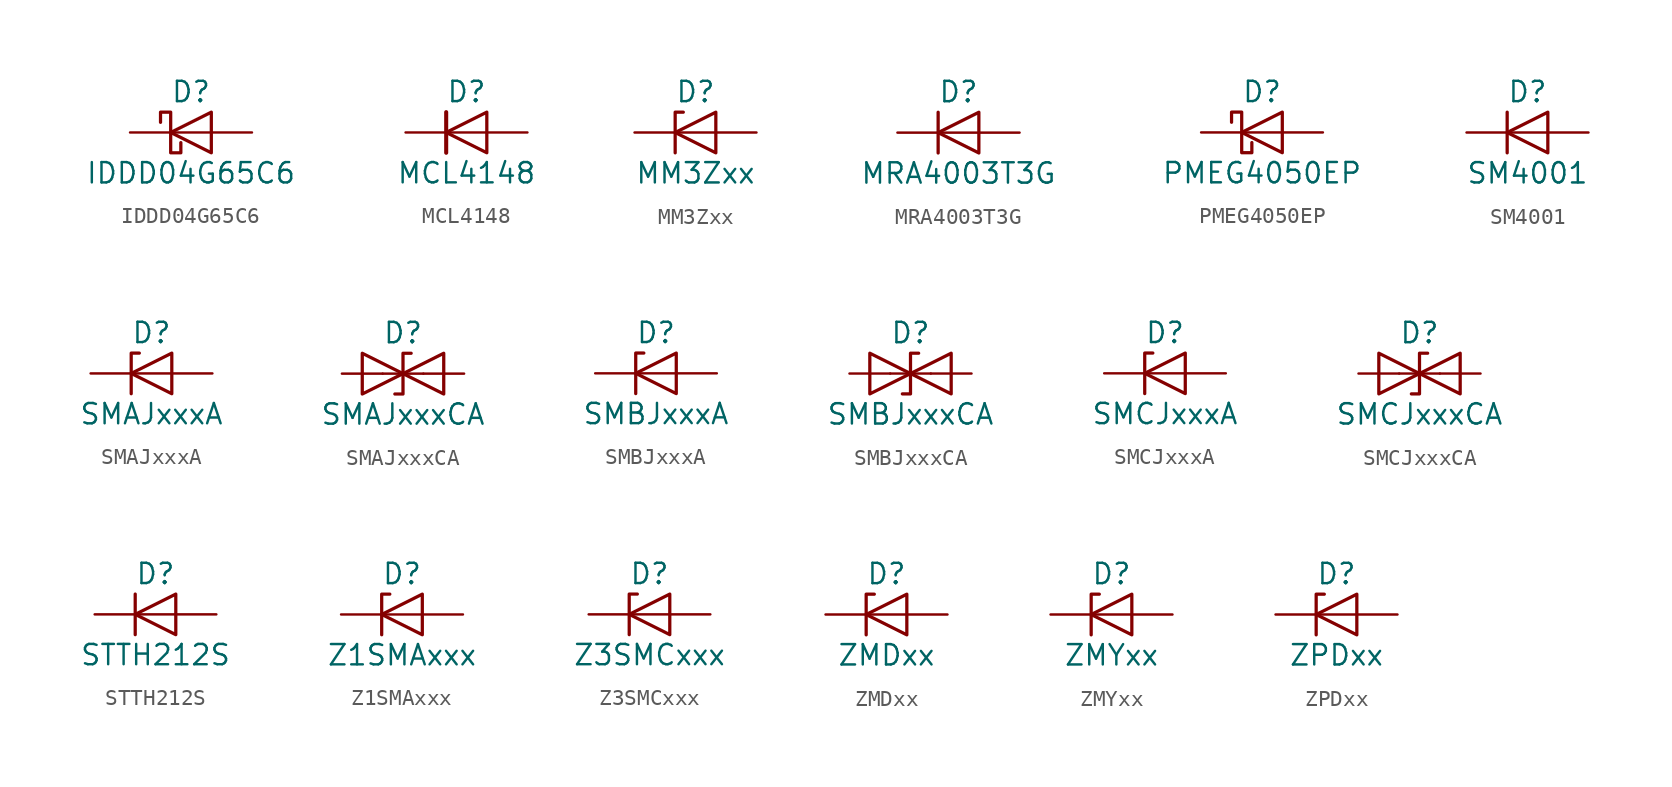
<source format=kicad_sym>
(kicad_symbol_lib
  (version 20211014)
  (generator kicad_symbol_editor)
  (symbol "IDDD04G65C6"
    (pin_numbers hide)
    (pin_names
      (offset 1.016) hide)
    (property "Reference" "D"
      (at 0 2.54 0)
      (effects (font (size 1.27 1.27))))
    (property "Value" "IDDD04G65C6"
      (at 0 -2.54 0)
      (effects (font (size 1.27 1.27))))
    (symbol "IDDD04G65C6_0_1"
      (polyline (pts (xy 1.27 0) (xy -1.27 0)) (stroke (width 0) (type default) (color 0 0 0 0)) (fill (type none)))
      (polyline (pts (xy 1.27 1.27) (xy 1.27 -1.27) (xy -1.27 0) (xy 1.27 1.27)) (stroke (width 0.203) (type default) (color 0 0 0 0)) (fill (type none)))
      (polyline (pts (xy -1.905 0.635) (xy -1.905 1.27) (xy -1.27 1.27) (xy -1.27 -1.27) (xy -0.635 -1.27) (xy -0.635 -0.635)) (stroke (width 0.203) (type default) (color 0 0 0 0)) (fill (type none))))
    (symbol "IDDD04G65C6_1_1"
      (pin no_connect line (at -2.54 0 0) (length 2.54) hide (name "NC" (effects (font (size 1.27 1.27)))) (number "1" (effects (font (size 1.27 1.27)))))
      (pin passive line (at -3.81 0 0) (length 2.54) hide (name "K" (effects (font (size 1.27 1.27)))) (number "10" (effects (font (size 1.27 1.27)))))
      (pin no_connect line (at 2.54 0 180) (length 2.54) hide (name "NC" (effects (font (size 1.27 1.27)))) (number "2" (effects (font (size 1.27 1.27)))))
      (pin passive line (at 3.81 0 180) (length 2.54) (name "A" (effects (font (size 1.27 1.27)))) (number "3" (effects (font (size 1.27 1.27)))))
      (pin passive line (at 3.81 0 180) (length 2.54) hide (name "A" (effects (font (size 1.27 1.27)))) (number "4" (effects (font (size 1.27 1.27)))))
      (pin passive line (at 3.81 0 180) (length 2.54) hide (name "A" (effects (font (size 1.27 1.27)))) (number "5" (effects (font (size 1.27 1.27)))))
      (pin passive line (at -3.81 0 0) (length 2.54) (name "K" (effects (font (size 1.27 1.27)))) (number "6" (effects (font (size 1.27 1.27)))))
      (pin passive line (at -3.81 0 0) (length 2.54) hide (name "K" (effects (font (size 1.27 1.27)))) (number "7" (effects (font (size 1.27 1.27)))))
      (pin passive line (at -3.81 0 0) (length 2.54) hide (name "K" (effects (font (size 1.27 1.27)))) (number "8" (effects (font (size 1.27 1.27)))))
      (pin passive line (at -3.81 0 0) (length 2.54) hide (name "K" (effects (font (size 1.27 1.27)))) (number "9" (effects (font (size 1.27 1.27)))))))
  (symbol "MCL4148"
    (pin_numbers hide)
    (pin_names hide)
    (property "Reference" "D"
      (at 0 2.54 0)
      (effects (font (size 1.27 1.27))))
    (property "Value" "MCL4148"
      (at 0 -2.54 0)
      (effects (font (size 1.27 1.27))))
    (symbol "MCL4148_0_1"
      (polyline (pts (xy -1.27 1.27) (xy -1.27 -1.27)) (stroke (width 0.254) (type default) (color 0 0 0 0)) (fill (type none)))
      (polyline (pts (xy 1.27 0) (xy -1.27 0)) (stroke (width 0) (type default) (color 0 0 0 0)) (fill (type none)))
      (polyline (pts (xy 1.27 1.27) (xy 1.27 -1.27) (xy -1.27 0) (xy 1.27 1.27)) (stroke (width 0.203) (type default) (color 0 0 0 0)) (fill (type none))))
    (symbol "MCL4148_1_1"
      (pin passive line (at -3.81 0 0) (length 2.54) (name "K" (effects (font (size 1.27 1.27)))) (number "1" (effects (font (size 1.27 1.27)))))
      (pin passive line (at 3.81 0 180) (length 2.54) (name "A" (effects (font (size 1.27 1.27)))) (number "2" (effects (font (size 1.27 1.27)))))))
  (symbol "MM3Zxx"
    (pin_numbers hide)
    (pin_names
      (offset 1.016) hide)
    (property "Reference" "D"
      (at 0 2.54 0)
      (effects (font (size 1.27 1.27))))
    (property "Value" "MM3Zxx"
      (at 0 -2.54 0)
      (effects (font (size 1.27 1.27))))
    (symbol "MM3Zxx_0_1"
      (polyline (pts (xy 1.27 0) (xy -1.27 0)) (stroke (width 0) (type default) (color 0 0 0 0)) (fill (type none)))
      (polyline (pts (xy -1.27 -1.27) (xy -1.27 1.27) (xy -0.762 1.27)) (stroke (width 0.203) (type default) (color 0 0 0 0)) (fill (type none)))
      (polyline (pts (xy 1.27 -1.27) (xy 1.27 1.27) (xy -1.27 0) (xy 1.27 -1.27)) (stroke (width 0.203) (type default) (color 0 0 0 0)) (fill (type none))))
    (symbol "MM3Zxx_1_1"
      (pin passive line (at -3.81 0 0) (length 2.54) (name "K" (effects (font (size 1.27 1.27)))) (number "1" (effects (font (size 1.27 1.27)))))
      (pin passive line (at 3.81 0 180) (length 2.54) (name "A" (effects (font (size 1.27 1.27)))) (number "2" (effects (font (size 1.27 1.27)))))))
  (symbol "MRA4003T3G"
    (pin_numbers hide)
    (pin_names
      (offset 1.016) hide)
    (property "Reference" "D"
      (at 0 2.54 0)
      (effects (font (size 1.27 1.27))))
    (property "Value" "MRA4003T3G"
      (at 0 -2.54 0)
      (effects (font (size 1.27 1.27))))
    (symbol "MRA4003T3G_0_1"
      (polyline (pts (xy -1.27 1.27) (xy -1.27 -1.27)) (stroke (width 0.203) (type default) (color 0 0 0 0)) (fill (type none)))
      (polyline (pts (xy 1.27 0) (xy -1.27 0)) (stroke (width 0) (type default) (color 0 0 0 0)) (fill (type none)))
      (polyline (pts (xy 1.27 1.27) (xy 1.27 -1.27) (xy -1.27 0) (xy 1.27 1.27)) (stroke (width 0.203) (type default) (color 0 0 0 0)) (fill (type none))))
    (symbol "MRA4003T3G_1_1"
      (pin passive line (at -3.81 0 0) (length 2.54) (name "K" (effects (font (size 1.27 1.27)))) (number "1" (effects (font (size 1.27 1.27)))))
      (pin passive line (at 3.81 0 180) (length 2.54) (name "A" (effects (font (size 1.27 1.27)))) (number "2" (effects (font (size 1.27 1.27)))))))
  (symbol "PMEG4050EP"
    (pin_numbers hide)
    (pin_names hide)
    (property "Reference" "D"
      (at 0 2.54 0)
      (effects (font (size 1.27 1.27))))
    (property "Value" "PMEG4050EP"
      (at 0 -2.54 0)
      (effects (font (size 1.27 1.27))))
    (symbol "PMEG4050EP_0_1"
      (polyline (pts (xy 1.27 0) (xy -1.27 0)) (stroke (width 0) (type default) (color 0 0 0 0)) (fill (type none)))
      (polyline (pts (xy 1.27 1.27) (xy 1.27 -1.27) (xy -1.27 0) (xy 1.27 1.27)) (stroke (width 0.203) (type default) (color 0 0 0 0)) (fill (type none)))
      (polyline (pts (xy -1.905 0.635) (xy -1.905 1.27) (xy -1.27 1.27) (xy -1.27 -1.27) (xy -0.635 -1.27) (xy -0.635 -0.635)) (stroke (width 0.203) (type default) (color 0 0 0 0)) (fill (type none))))
    (symbol "PMEG4050EP_1_1"
      (pin passive line (at -3.81 0 0) (length 2.54) (name "K" (effects (font (size 1.27 1.27)))) (number "1" (effects (font (size 1.27 1.27)))))
      (pin passive line (at 3.81 0 180) (length 2.54) (name "A" (effects (font (size 1.27 1.27)))) (number "2" (effects (font (size 1.27 1.27)))))))
  (symbol "SM4001"
    (pin_numbers hide)
    (pin_names
      (offset 1.016) hide)
    (property "Reference" "D"
      (at 0 2.54 0)
      (effects (font (size 1.27 1.27))))
    (property "Value" "SM4001"
      (at 0 -2.54 0)
      (effects (font (size 1.27 1.27))))
    (symbol "SM4001_0_1"
      (polyline (pts (xy -1.27 1.27) (xy -1.27 -1.27)) (stroke (width 0.203) (type default) (color 0 0 0 0)) (fill (type none)))
      (polyline (pts (xy 1.27 0) (xy -1.27 0)) (stroke (width 0) (type default) (color 0 0 0 0)) (fill (type none)))
      (polyline (pts (xy 1.27 1.27) (xy 1.27 -1.27) (xy -1.27 0) (xy 1.27 1.27)) (stroke (width 0.203) (type default) (color 0 0 0 0)) (fill (type none))))
    (symbol "SM4001_1_1"
      (pin passive line (at -3.81 0 0) (length 2.54) (name "K" (effects (font (size 1.27 1.27)))) (number "1" (effects (font (size 1.27 1.27)))))
      (pin passive line (at 3.81 0 180) (length 2.54) (name "A" (effects (font (size 1.27 1.27)))) (number "2" (effects (font (size 1.27 1.27)))))))
  (symbol "SMAJxxxA"
    (pin_numbers hide)
    (pin_names
      (offset 1.016) hide)
    (property "Reference" "D"
      (at 0 2.54 0)
      (effects (font (size 1.27 1.27))))
    (property "Value" "SMAJxxxA"
      (at 0 -2.54 0)
      (effects (font (size 1.27 1.27))))
    (symbol "SMAJxxxA_0_1"
      (polyline (pts (xy 1.27 0) (xy -1.27 0)) (stroke (width 0) (type default) (color 0 0 0 0)) (fill (type none)))
      (polyline (pts (xy -1.27 -1.27) (xy -1.27 1.27) (xy -0.762 1.27)) (stroke (width 0.203) (type default) (color 0 0 0 0)) (fill (type none)))
      (polyline (pts (xy 1.27 -1.27) (xy 1.27 1.27) (xy -1.27 0) (xy 1.27 -1.27)) (stroke (width 0.203) (type default) (color 0 0 0 0)) (fill (type none))))
    (symbol "SMAJxxxA_1_1"
      (pin passive line (at -3.81 0 0) (length 2.54) (name "K" (effects (font (size 1.27 1.27)))) (number "1" (effects (font (size 1.27 1.27)))))
      (pin passive line (at 3.81 0 180) (length 2.54) (name "A" (effects (font (size 1.27 1.27)))) (number "2" (effects (font (size 1.27 1.27)))))))
  (symbol "SMAJxxxCA"
    (pin_numbers hide)
    (pin_names
      (offset 1.016) hide)
    (property "Reference" "D"
      (at 0 2.54 0)
      (effects (font (size 1.27 1.27))))
    (property "Value" "SMAJxxxCA"
      (at 0 -2.54 0)
      (effects (font (size 1.27 1.27))))
    (symbol "SMAJxxxCA_0_1"
      (polyline (pts (xy 1.27 0) (xy -1.27 0)) (stroke (width 0) (type default) (color 0 0 0 0)) (fill (type none)))
      (polyline (pts (xy -2.54 -1.27) (xy 0 0) (xy -2.54 1.27) (xy -2.54 -1.27)) (stroke (width 0.203) (type default) (color 0 0 0 0)) (fill (type none)))
      (polyline (pts (xy 0.508 1.27) (xy 0 1.27) (xy 0 -1.27) (xy -0.508 -1.27)) (stroke (width 0.203) (type default) (color 0 0 0 0)) (fill (type none)))
      (polyline (pts (xy 2.54 1.27) (xy 2.54 -1.27) (xy 0 0) (xy 2.54 1.27)) (stroke (width 0.203) (type default) (color 0 0 0 0)) (fill (type none))))
    (symbol "SMAJxxxCA_1_1"
      (pin passive line (at -3.81 0 0) (length 2.54) (name "A1" (effects (font (size 1.27 1.27)))) (number "1" (effects (font (size 1.27 1.27)))))
      (pin passive line (at 3.81 0 180) (length 2.54) (name "A2" (effects (font (size 1.27 1.27)))) (number "2" (effects (font (size 1.27 1.27)))))))
  (symbol "SMBJxxxA"
    (pin_numbers hide)
    (pin_names
      (offset 1.016) hide)
    (property "Reference" "D"
      (at 0 2.54 0)
      (effects (font (size 1.27 1.27))))
    (property "Value" "SMBJxxxA"
      (at 0 -2.54 0)
      (effects (font (size 1.27 1.27))))
    (symbol "SMBJxxxA_0_1"
      (polyline (pts (xy 1.27 0) (xy -1.27 0)) (stroke (width 0) (type default) (color 0 0 0 0)) (fill (type none)))
      (polyline (pts (xy -1.27 -1.27) (xy -1.27 1.27) (xy -0.762 1.27)) (stroke (width 0.203) (type default) (color 0 0 0 0)) (fill (type none)))
      (polyline (pts (xy 1.27 -1.27) (xy 1.27 1.27) (xy -1.27 0) (xy 1.27 -1.27)) (stroke (width 0.203) (type default) (color 0 0 0 0)) (fill (type none))))
    (symbol "SMBJxxxA_1_1"
      (pin passive line (at -3.81 0 0) (length 2.54) (name "K" (effects (font (size 1.27 1.27)))) (number "1" (effects (font (size 1.27 1.27)))))
      (pin passive line (at 3.81 0 180) (length 2.54) (name "A" (effects (font (size 1.27 1.27)))) (number "2" (effects (font (size 1.27 1.27)))))))
  (symbol "SMBJxxxCA"
    (pin_numbers hide)
    (pin_names
      (offset 1.016) hide)
    (property "Reference" "D"
      (at 0 2.54 0)
      (effects (font (size 1.27 1.27))))
    (property "Value" "SMBJxxxCA"
      (at 0 -2.54 0)
      (effects (font (size 1.27 1.27))))
    (symbol "SMBJxxxCA_0_1"
      (polyline (pts (xy 1.27 0) (xy -1.27 0)) (stroke (width 0) (type default) (color 0 0 0 0)) (fill (type none)))
      (polyline (pts (xy -2.54 -1.27) (xy 0 0) (xy -2.54 1.27) (xy -2.54 -1.27)) (stroke (width 0.203) (type default) (color 0 0 0 0)) (fill (type none)))
      (polyline (pts (xy 0.508 1.27) (xy 0 1.27) (xy 0 -1.27) (xy -0.508 -1.27)) (stroke (width 0.203) (type default) (color 0 0 0 0)) (fill (type none)))
      (polyline (pts (xy 2.54 1.27) (xy 2.54 -1.27) (xy 0 0) (xy 2.54 1.27)) (stroke (width 0.203) (type default) (color 0 0 0 0)) (fill (type none))))
    (symbol "SMBJxxxCA_1_1"
      (pin passive line (at -3.81 0 0) (length 2.54) (name "A1" (effects (font (size 1.27 1.27)))) (number "1" (effects (font (size 1.27 1.27)))))
      (pin passive line (at 3.81 0 180) (length 2.54) (name "A2" (effects (font (size 1.27 1.27)))) (number "2" (effects (font (size 1.27 1.27)))))))
  (symbol "SMCJxxxA"
    (pin_numbers hide)
    (pin_names
      (offset 1.016) hide)
    (property "Reference" "D"
      (at 0 2.54 0)
      (effects (font (size 1.27 1.27))))
    (property "Value" "SMCJxxxA"
      (at 0 -2.54 0)
      (effects (font (size 1.27 1.27))))
    (symbol "SMCJxxxA_0_1"
      (polyline (pts (xy 1.27 0) (xy -1.27 0)) (stroke (width 0) (type default) (color 0 0 0 0)) (fill (type none)))
      (polyline (pts (xy -1.27 -1.27) (xy -1.27 1.27) (xy -0.762 1.27)) (stroke (width 0.203) (type default) (color 0 0 0 0)) (fill (type none)))
      (polyline (pts (xy 1.27 -1.27) (xy 1.27 1.27) (xy -1.27 0) (xy 1.27 -1.27)) (stroke (width 0.203) (type default) (color 0 0 0 0)) (fill (type none))))
    (symbol "SMCJxxxA_1_1"
      (pin passive line (at -3.81 0 0) (length 2.54) (name "K" (effects (font (size 1.27 1.27)))) (number "1" (effects (font (size 1.27 1.27)))))
      (pin passive line (at 3.81 0 180) (length 2.54) (name "A" (effects (font (size 1.27 1.27)))) (number "2" (effects (font (size 1.27 1.27)))))))
  (symbol "SMCJxxxCA"
    (pin_numbers hide)
    (pin_names
      (offset 1.016) hide)
    (property "Reference" "D"
      (at 0 2.54 0)
      (effects (font (size 1.27 1.27))))
    (property "Value" "SMCJxxxCA"
      (at 0 -2.54 0)
      (effects (font (size 1.27 1.27))))
    (symbol "SMCJxxxCA_0_1"
      (polyline (pts (xy 1.27 0) (xy -1.27 0)) (stroke (width 0) (type default) (color 0 0 0 0)) (fill (type none)))
      (polyline (pts (xy -2.54 -1.27) (xy 0 0) (xy -2.54 1.27) (xy -2.54 -1.27)) (stroke (width 0.203) (type default) (color 0 0 0 0)) (fill (type none)))
      (polyline (pts (xy 0.508 1.27) (xy 0 1.27) (xy 0 -1.27) (xy -0.508 -1.27)) (stroke (width 0.203) (type default) (color 0 0 0 0)) (fill (type none)))
      (polyline (pts (xy 2.54 1.27) (xy 2.54 -1.27) (xy 0 0) (xy 2.54 1.27)) (stroke (width 0.203) (type default) (color 0 0 0 0)) (fill (type none))))
    (symbol "SMCJxxxCA_1_1"
      (pin passive line (at -3.81 0 0) (length 2.54) (name "A1" (effects (font (size 1.27 1.27)))) (number "1" (effects (font (size 1.27 1.27)))))
      (pin passive line (at 3.81 0 180) (length 2.54) (name "A2" (effects (font (size 1.27 1.27)))) (number "2" (effects (font (size 1.27 1.27)))))))
  (symbol "STTH212S"
    (pin_numbers hide)
    (pin_names
      (offset 1.016) hide)
    (property "Reference" "D"
      (at 0 2.54 0)
      (effects (font (size 1.27 1.27))))
    (property "Value" "STTH212S"
      (at 0 -2.54 0)
      (effects (font (size 1.27 1.27))))
    (symbol "STTH212S_0_1"
      (polyline (pts (xy -1.27 1.27) (xy -1.27 -1.27)) (stroke (width 0.203) (type default) (color 0 0 0 0)) (fill (type none)))
      (polyline (pts (xy 1.27 0) (xy -1.27 0)) (stroke (width 0) (type default) (color 0 0 0 0)) (fill (type none)))
      (polyline (pts (xy 1.27 1.27) (xy 1.27 -1.27) (xy -1.27 0) (xy 1.27 1.27)) (stroke (width 0.203) (type default) (color 0 0 0 0)) (fill (type none))))
    (symbol "STTH212S_1_1"
      (pin passive line (at -3.81 0 0) (length 2.54) (name "K" (effects (font (size 1.27 1.27)))) (number "1" (effects (font (size 1.27 1.27)))))
      (pin passive line (at 3.81 0 180) (length 2.54) (name "A" (effects (font (size 1.27 1.27)))) (number "2" (effects (font (size 1.27 1.27)))))))
  (symbol "Z1SMAxxx"
    (pin_numbers hide)
    (pin_names
      (offset 1.016) hide)
    (property "Reference" "D"
      (at 0 2.54 0)
      (effects (font (size 1.27 1.27))))
    (property "Value" "Z1SMAxxx"
      (at 0 -2.54 0)
      (effects (font (size 1.27 1.27))))
    (symbol "Z1SMAxxx_0_1"
      (polyline (pts (xy 1.27 0) (xy -1.27 0)) (stroke (width 0) (type default) (color 0 0 0 0)) (fill (type none)))
      (polyline (pts (xy -1.27 -1.27) (xy -1.27 1.27) (xy -0.762 1.27)) (stroke (width 0.203) (type default) (color 0 0 0 0)) (fill (type none)))
      (polyline (pts (xy 1.27 -1.27) (xy 1.27 1.27) (xy -1.27 0) (xy 1.27 -1.27)) (stroke (width 0.203) (type default) (color 0 0 0 0)) (fill (type none))))
    (symbol "Z1SMAxxx_1_1"
      (pin passive line (at -3.81 0 0) (length 2.54) (name "K" (effects (font (size 1.27 1.27)))) (number "1" (effects (font (size 1.27 1.27)))))
      (pin passive line (at 3.81 0 180) (length 2.54) (name "A" (effects (font (size 1.27 1.27)))) (number "2" (effects (font (size 1.27 1.27)))))))
  (symbol "Z3SMCxxx"
    (pin_numbers hide)
    (pin_names
      (offset 1.016) hide)
    (property "Reference" "D"
      (at 0 2.54 0)
      (effects (font (size 1.27 1.27))))
    (property "Value" "Z3SMCxxx"
      (at 0 -2.54 0)
      (effects (font (size 1.27 1.27))))
    (symbol "Z3SMCxxx_0_1"
      (polyline (pts (xy 1.27 0) (xy -1.27 0)) (stroke (width 0) (type default) (color 0 0 0 0)) (fill (type none)))
      (polyline (pts (xy -1.27 -1.27) (xy -1.27 1.27) (xy -0.762 1.27)) (stroke (width 0.203) (type default) (color 0 0 0 0)) (fill (type none)))
      (polyline (pts (xy 1.27 -1.27) (xy 1.27 1.27) (xy -1.27 0) (xy 1.27 -1.27)) (stroke (width 0.203) (type default) (color 0 0 0 0)) (fill (type none))))
    (symbol "Z3SMCxxx_1_1"
      (pin passive line (at -3.81 0 0) (length 2.54) (name "K" (effects (font (size 1.27 1.27)))) (number "1" (effects (font (size 1.27 1.27)))))
      (pin passive line (at 3.81 0 180) (length 2.54) (name "A" (effects (font (size 1.27 1.27)))) (number "2" (effects (font (size 1.27 1.27)))))))
  (symbol "ZMDxx"
    (pin_numbers hide)
    (pin_names
      (offset 1.016) hide)
    (property "Reference" "D"
      (at 0 2.54 0)
      (effects (font (size 1.27 1.27))))
    (property "Value" "ZMDxx"
      (at 0 -2.54 0)
      (effects (font (size 1.27 1.27))))
    (symbol "ZMDxx_0_1"
      (polyline (pts (xy 1.27 0) (xy -1.27 0)) (stroke (width 0) (type default) (color 0 0 0 0)) (fill (type none)))
      (polyline (pts (xy -1.27 -1.27) (xy -1.27 1.27) (xy -0.762 1.27)) (stroke (width 0.203) (type default) (color 0 0 0 0)) (fill (type none)))
      (polyline (pts (xy 1.27 -1.27) (xy 1.27 1.27) (xy -1.27 0) (xy 1.27 -1.27)) (stroke (width 0.203) (type default) (color 0 0 0 0)) (fill (type none))))
    (symbol "ZMDxx_1_1"
      (pin passive line (at -3.81 0 0) (length 2.54) (name "K" (effects (font (size 1.27 1.27)))) (number "1" (effects (font (size 1.27 1.27)))))
      (pin passive line (at 3.81 0 180) (length 2.54) (name "A" (effects (font (size 1.27 1.27)))) (number "2" (effects (font (size 1.27 1.27)))))))
  (symbol "ZMYxx"
    (pin_numbers hide)
    (pin_names
      (offset 1.016) hide)
    (property "Reference" "D"
      (at 0 2.54 0)
      (effects (font (size 1.27 1.27))))
    (property "Value" "ZMYxx"
      (at 0 -2.54 0)
      (effects (font (size 1.27 1.27))))
    (symbol "ZMYxx_0_1"
      (polyline (pts (xy 1.27 0) (xy -1.27 0)) (stroke (width 0) (type default) (color 0 0 0 0)) (fill (type none)))
      (polyline (pts (xy -1.27 -1.27) (xy -1.27 1.27) (xy -0.762 1.27)) (stroke (width 0.203) (type default) (color 0 0 0 0)) (fill (type none)))
      (polyline (pts (xy 1.27 -1.27) (xy 1.27 1.27) (xy -1.27 0) (xy 1.27 -1.27)) (stroke (width 0.203) (type default) (color 0 0 0 0)) (fill (type none))))
    (symbol "ZMYxx_1_1"
      (pin passive line (at -3.81 0 0) (length 2.54) (name "K" (effects (font (size 1.27 1.27)))) (number "1" (effects (font (size 1.27 1.27)))))
      (pin passive line (at 3.81 0 180) (length 2.54) (name "A" (effects (font (size 1.27 1.27)))) (number "2" (effects (font (size 1.27 1.27)))))))
  (symbol "ZPDxx"
    (pin_numbers hide)
    (pin_names
      (offset 1.016) hide)
    (property "Reference" "D"
      (at 0 2.54 0)
      (effects (font (size 1.27 1.27))))
    (property "Value" "ZPDxx"
      (at 0 -2.54 0)
      (effects (font (size 1.27 1.27))))
    (symbol "ZPDxx_0_1"
      (polyline (pts (xy 1.27 0) (xy -1.27 0)) (stroke (width 0) (type default) (color 0 0 0 0)) (fill (type none)))
      (polyline (pts (xy -1.27 -1.27) (xy -1.27 1.27) (xy -0.762 1.27)) (stroke (width 0.203) (type default) (color 0 0 0 0)) (fill (type none)))
      (polyline (pts (xy 1.27 -1.27) (xy 1.27 1.27) (xy -1.27 0) (xy 1.27 -1.27)) (stroke (width 0.203) (type default) (color 0 0 0 0)) (fill (type none))))
    (symbol "ZPDxx_1_1"
      (pin passive line (at -3.81 0 0) (length 2.54) (name "K" (effects (font (size 1.27 1.27)))) (number "1" (effects (font (size 1.27 1.27)))))
      (pin passive line (at 3.81 0 180) (length 2.54) (name "A" (effects (font (size 1.27 1.27)))) (number "2" (effects (font (size 1.27 1.27))))))))
</source>
